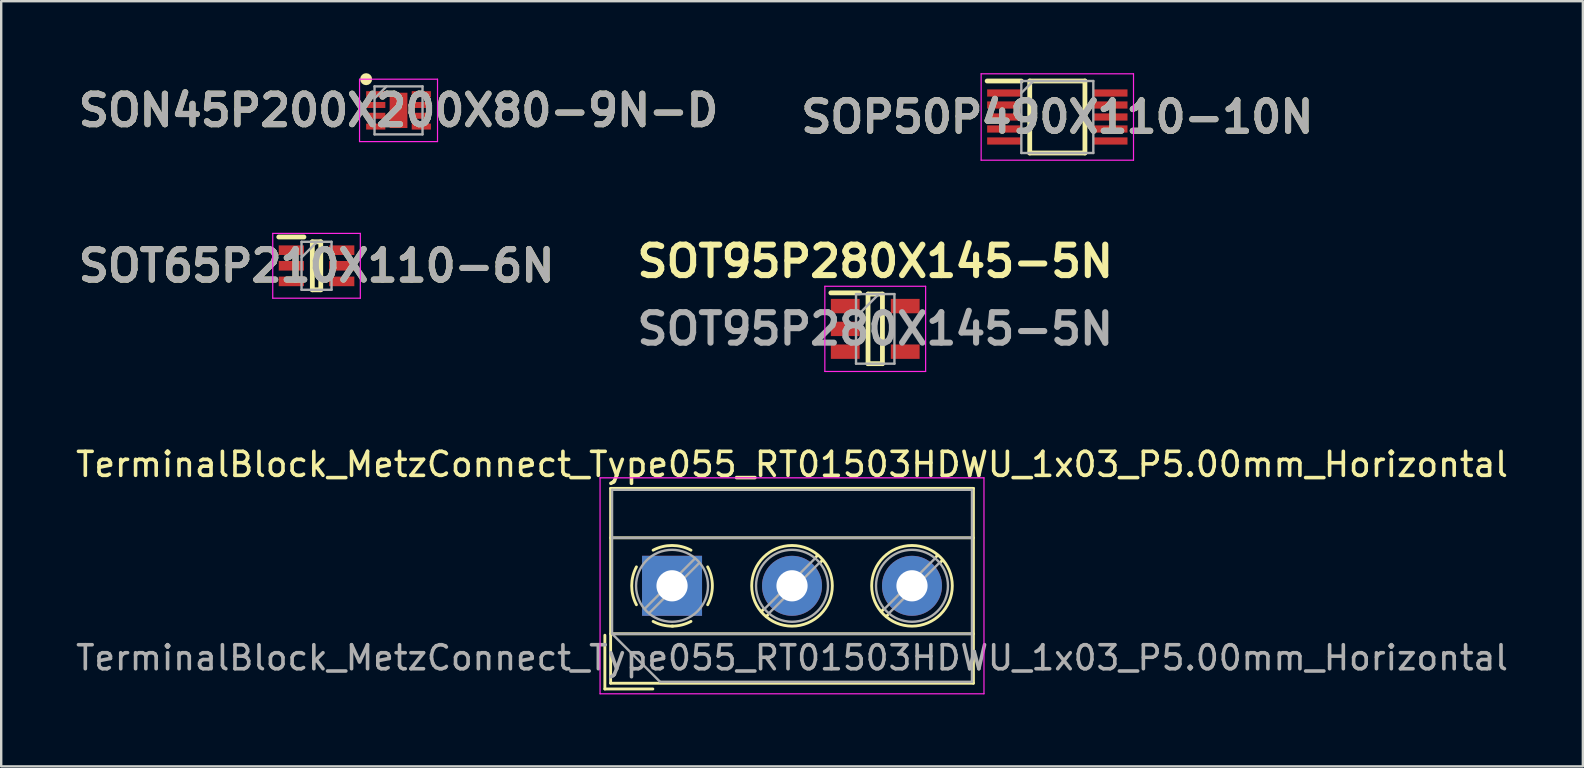
<source format=kicad_pcb>
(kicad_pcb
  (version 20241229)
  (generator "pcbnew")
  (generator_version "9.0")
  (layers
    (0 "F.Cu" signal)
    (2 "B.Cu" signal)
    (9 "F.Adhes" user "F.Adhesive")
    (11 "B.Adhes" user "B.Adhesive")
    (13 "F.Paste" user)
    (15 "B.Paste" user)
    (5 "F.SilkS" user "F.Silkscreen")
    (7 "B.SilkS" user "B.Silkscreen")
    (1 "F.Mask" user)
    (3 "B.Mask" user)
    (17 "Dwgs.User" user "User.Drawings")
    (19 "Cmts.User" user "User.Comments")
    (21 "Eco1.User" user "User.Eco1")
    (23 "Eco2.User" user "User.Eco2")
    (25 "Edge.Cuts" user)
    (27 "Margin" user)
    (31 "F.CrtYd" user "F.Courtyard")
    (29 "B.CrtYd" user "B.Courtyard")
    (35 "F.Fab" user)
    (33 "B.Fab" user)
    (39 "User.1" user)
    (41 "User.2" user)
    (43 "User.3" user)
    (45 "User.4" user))
  (footprint "SON45P200X200X80-9N-D"
    (layer "F.Cu")
    (at 13.559 1.55)
    (property "Reference" "SON45P200X200X80-9N-D" (at 0 0 0) (layer "F.SilkS") (effects (font (size 1.27 1.27) (thickness 0.254))))
    (attr smd)
    (fp_circle (center -1.35 -1.3) (end -1.35 -1.175) (stroke (width 0.25) (type solid)) (fill no) (layer "F.SilkS"))
    (fp_line (start -1.625 -1.3) (end 1.625 -1.3) (stroke (width 0.05) (type solid)) (layer "F.CrtYd"))
    (fp_line (start -1.625 1.3) (end -1.625 -1.3) (stroke (width 0.05) (type solid)) (layer "F.CrtYd"))
    (fp_line (start 1.625 -1.3) (end 1.625 1.3) (stroke (width 0.05) (type solid)) (layer "F.CrtYd"))
    (fp_line (start 1.625 1.3) (end -1.625 1.3) (stroke (width 0.05) (type solid)) (layer "F.CrtYd"))
    (fp_line (start -1 -1) (end 1 -1) (stroke (width 0.1) (type solid)) (layer "F.Fab"))
    (fp_line (start -1 -0.5) (end -0.5 -1) (stroke (width 0.1) (type solid)) (layer "F.Fab"))
    (fp_line (start -1 1) (end -1 -1) (stroke (width 0.1) (type solid)) (layer "F.Fab"))
    (fp_line (start 1 -1) (end 1 1) (stroke (width 0.1) (type solid)) (layer "F.Fab"))
    (fp_line (start 1 1) (end -1 1) (stroke (width 0.1) (type solid)) (layer "F.Fab"))
    (fp_text user "${REFERENCE}" (at 0 0 0) (layer "F.Fab") (effects (font (size 1.27 1.27) (thickness 0.254))))
    (pad "1" smd rect (at -0.95 -0.675 90) (size 0.25 0.8) (layers "F.Cu" "F.Mask" "F.Paste"))
    (pad "2" smd rect (at -0.95 -0.225 90) (size 0.25 0.8) (layers "F.Cu" "F.Mask" "F.Paste"))
    (pad "3" smd rect (at -0.95 0.225 90) (size 0.25 0.8) (layers "F.Cu" "F.Mask" "F.Paste"))
    (pad "4" smd rect (at -0.95 0.675 90) (size 0.25 0.8) (layers "F.Cu" "F.Mask" "F.Paste"))
    (pad "5" smd rect (at 0.95 0.675 90) (size 0.25 0.8) (layers "F.Cu" "F.Mask" "F.Paste"))
    (pad "6" smd rect (at 0.95 0.225 90) (size 0.25 0.8) (layers "F.Cu" "F.Mask" "F.Paste"))
    (pad "7" smd rect (at 0.95 -0.225 90) (size 0.25 0.8) (layers "F.Cu" "F.Mask" "F.Paste"))
    (pad "8" smd rect (at 0.95 -0.675 90) (size 0.25 0.8) (layers "F.Cu" "F.Mask" "F.Paste"))
    (pad "9" smd rect (at 0 0) (size 0.74 1.47) (layers "F.Cu" "F.Mask" "F.Paste")))
  (footprint "TerminalBlock_MetzConnect_Type055_RT01503HDWU_1x03_P5.00mm_Horizontal"
    (layer "F.Cu")
    (at 24.958 21.364)
    (property "Reference" "TerminalBlock_MetzConnect_Type055_RT01503HDWU_1x03_P5.00mm_Horizontal" (at 5 -5.06 180) (layer "F.SilkS") (effects (font (size 1 1) (thickness 0.15))))
    (attr through_hole)
    (fp_line (start -2.8 2.06) (end -2.8 4.3) (stroke (width 0.12) (type solid)) (layer "F.SilkS"))
    (fp_line (start -2.8 4.3) (end -0.8 4.3) (stroke (width 0.12) (type solid)) (layer "F.SilkS"))
    (fp_line (start -2.56 -4.06) (end -2.56 4.06) (stroke (width 0.12) (type solid)) (layer "F.SilkS"))
    (fp_line (start -2.56 -4.06) (end 12.56 -4.06) (stroke (width 0.12) (type solid)) (layer "F.SilkS"))
    (fp_line (start -2.56 -2) (end 12.56 -2) (stroke (width 0.12) (type solid)) (layer "F.SilkS"))
    (fp_line (start -2.56 2) (end 12.56 2) (stroke (width 0.12) (type solid)) (layer "F.SilkS"))
    (fp_line (start -2.56 4.06) (end 12.56 4.06) (stroke (width 0.12) (type solid)) (layer "F.SilkS"))
    (fp_line (start 3.82 0.976) (end 3.726 1.069) (stroke (width 0.12) (type solid)) (layer "F.SilkS"))
    (fp_line (start 3.99 1.216) (end 3.931 1.274) (stroke (width 0.12) (type solid)) (layer "F.SilkS"))
    (fp_line (start 6.07 -1.275) (end 6.011 -1.216) (stroke (width 0.12) (type solid)) (layer "F.SilkS"))
    (fp_line (start 6.275 -1.069) (end 6.181 -0.976) (stroke (width 0.12) (type solid)) (layer "F.SilkS"))
    (fp_line (start 8.82 0.976) (end 8.726 1.069) (stroke (width 0.12) (type solid)) (layer "F.SilkS"))
    (fp_line (start 8.99 1.216) (end 8.931 1.274) (stroke (width 0.12) (type solid)) (layer "F.SilkS"))
    (fp_line (start 11.07 -1.275) (end 11.011 -1.216) (stroke (width 0.12) (type solid)) (layer "F.SilkS"))
    (fp_line (start 11.275 -1.069) (end 11.181 -0.976) (stroke (width 0.12) (type solid)) (layer "F.SilkS"))
    (fp_line (start 12.56 -4.06) (end 12.56 4.06) (stroke (width 0.12) (type solid)) (layer "F.SilkS"))
    (fp_arc (start -1.483953 0.789089) (mid -1.680708 0.00005) (end -1.484 -0.789) (stroke (width 0.12) (type solid)) (layer "F.SilkS"))
    (fp_arc (start -0.789089 -1.483953) (mid -0.00005 -1.680708) (end 0.789 -1.484) (stroke (width 0.12) (type solid)) (layer "F.SilkS"))
    (fp_arc (start 0.029383 1.68045) (mid -0.392304 1.634281) (end -0.789 1.484) (stroke (width 0.12) (type solid)) (layer "F.SilkS"))
    (fp_arc (start 0.788712 1.483352) (mid 0.406429 1.630097) (end 0 1.68) (stroke (width 0.12) (type solid)) (layer "F.SilkS"))
    (fp_arc (start 1.483953 -0.789089) (mid 1.680708 -0.00005) (end 1.484 0.789) (stroke (width 0.12) (type solid)) (layer "F.SilkS"))
    (fp_circle (center 5 0) (end 6.68 0) (stroke (width 0.12) (type solid)) (fill no) (layer "F.SilkS"))
    (fp_circle (center 10 0) (end 11.68 0) (stroke (width 0.12) (type solid)) (fill no) (layer "F.SilkS"))
    (fp_line (start -3 -4.5) (end -3 4.5) (stroke (width 0.05) (type solid)) (layer "F.CrtYd"))
    (fp_line (start -3 4.5) (end 13 4.5) (stroke (width 0.05) (type solid)) (layer "F.CrtYd"))
    (fp_line (start 13 -4.5) (end -3 -4.5) (stroke (width 0.05) (type solid)) (layer "F.CrtYd"))
    (fp_line (start 13 4.5) (end 13 -4.5) (stroke (width 0.05) (type solid)) (layer "F.CrtYd"))
    (fp_line (start -2.5 -4) (end 12.5 -4) (stroke (width 0.1) (type solid)) (layer "F.Fab"))
    (fp_line (start -2.5 -2) (end 12.5 -2) (stroke (width 0.1) (type solid)) (layer "F.Fab"))
    (fp_line (start -2.5 2) (end -2.5 -4) (stroke (width 0.1) (type solid)) (layer "F.Fab"))
    (fp_line (start -2.5 2) (end 12.5 2) (stroke (width 0.1) (type solid)) (layer "F.Fab"))
    (fp_line (start -0.5 4) (end -2.5 2) (stroke (width 0.1) (type solid)) (layer "F.Fab"))
    (fp_line (start 0.955 -1.138) (end -1.138 0.955) (stroke (width 0.1) (type solid)) (layer "F.Fab"))
    (fp_line (start 1.138 -0.955) (end -0.955 1.138) (stroke (width 0.1) (type solid)) (layer "F.Fab"))
    (fp_line (start 5.955 -1.138) (end 3.863 0.955) (stroke (width 0.1) (type solid)) (layer "F.Fab"))
    (fp_line (start 6.138 -0.955) (end 4.046 1.138) (stroke (width 0.1) (type solid)) (layer "F.Fab"))
    (fp_line (start 10.955 -1.138) (end 8.863 0.955) (stroke (width 0.1) (type solid)) (layer "F.Fab"))
    (fp_line (start 11.138 -0.955) (end 9.046 1.138) (stroke (width 0.1) (type solid)) (layer "F.Fab"))
    (fp_line (start 12.5 -4) (end 12.5 4) (stroke (width 0.1) (type solid)) (layer "F.Fab"))
    (fp_line (start 12.5 4) (end -0.5 4) (stroke (width 0.1) (type solid)) (layer "F.Fab"))
    (fp_circle (center 0 0) (end 1.5 0) (stroke (width 0.1) (type solid)) (fill no) (layer "F.Fab"))
    (fp_circle (center 5 0) (end 6.5 0) (stroke (width 0.1) (type solid)) (fill no) (layer "F.Fab"))
    (fp_circle (center 10 0) (end 11.5 0) (stroke (width 0.1) (type solid)) (fill no) (layer "F.Fab"))
    (fp_text user "${REFERENCE}" (at 5 3 180) (layer "F.Fab") (effects (font (size 1 1) (thickness 0.15))))
    (pad "1" thru_hole rect (at 0 0) (size 2.5 2.5) (drill 1.3) (layers "*.Cu" "*.Mask"))
    (pad "2" thru_hole circle (at 5 0) (size 2.5 2.5) (drill 1.3) (layers "*.Cu" "*.Mask"))
    (pad "3" thru_hole circle (at 10 0) (size 2.5 2.5) (drill 1.3) (layers "*.Cu" "*.Mask")))
  (footprint "SOT65P210X110-6N"
    (layer "F.Cu")
    (at 10.142 8.027)
    (property "Reference" "SOT65P210X110-6N" (at 0 0 0) (layer "F.SilkS") (effects (font (size 1.27 1.27) (thickness 0.254))))
    (attr smd)
    (fp_line (start -1.575 -1.2) (end -0.525 -1.2) (stroke (width 0.2) (type solid)) (layer "F.SilkS"))
    (fp_line (start -0.175 -1) (end 0.175 -1) (stroke (width 0.2) (type solid)) (layer "F.SilkS"))
    (fp_line (start -0.175 1) (end -0.175 -1) (stroke (width 0.2) (type solid)) (layer "F.SilkS"))
    (fp_line (start 0.175 -1) (end 0.175 1) (stroke (width 0.2) (type solid)) (layer "F.SilkS"))
    (fp_line (start 0.175 1) (end -0.175 1) (stroke (width 0.2) (type solid)) (layer "F.SilkS"))
    (fp_line (start -1.825 -1.35) (end 1.825 -1.35) (stroke (width 0.05) (type solid)) (layer "F.CrtYd"))
    (fp_line (start -1.825 1.35) (end -1.825 -1.35) (stroke (width 0.05) (type solid)) (layer "F.CrtYd"))
    (fp_line (start 1.825 -1.35) (end 1.825 1.35) (stroke (width 0.05) (type solid)) (layer "F.CrtYd"))
    (fp_line (start 1.825 1.35) (end -1.825 1.35) (stroke (width 0.05) (type solid)) (layer "F.CrtYd"))
    (fp_line (start -0.625 -1) (end 0.625 -1) (stroke (width 0.1) (type solid)) (layer "F.Fab"))
    (fp_line (start -0.625 -0.35) (end 0.025 -1) (stroke (width 0.1) (type solid)) (layer "F.Fab"))
    (fp_line (start -0.625 1) (end -0.625 -1) (stroke (width 0.1) (type solid)) (layer "F.Fab"))
    (fp_line (start 0.625 -1) (end 0.625 1) (stroke (width 0.1) (type solid)) (layer "F.Fab"))
    (fp_line (start 0.625 1) (end -0.625 1) (stroke (width 0.1) (type solid)) (layer "F.Fab"))
    (fp_text user "${REFERENCE}" (at 0 0 0) (layer "F.Fab") (effects (font (size 1.27 1.27) (thickness 0.254))))
    (pad "1" smd rect (at -1.05 -0.65 90) (size 0.4 1.05) (layers "F.Cu" "F.Mask" "F.Paste"))
    (pad "2" smd rect (at -1.05 0 90) (size 0.4 1.05) (layers "F.Cu" "F.Mask" "F.Paste"))
    (pad "3" smd rect (at -1.05 0.65 90) (size 0.4 1.05) (layers "F.Cu" "F.Mask" "F.Paste"))
    (pad "4" smd rect (at 1.05 0.65 90) (size 0.4 1.05) (layers "F.Cu" "F.Mask" "F.Paste"))
    (pad "5" smd rect (at 1.05 0 90) (size 0.4 1.05) (layers "F.Cu" "F.Mask" "F.Paste"))
    (pad "6" smd rect (at 1.05 -0.65 90) (size 0.4 1.05) (layers "F.Cu" "F.Mask" "F.Paste")))
  (footprint "SOT95P280X145-5N"
    (layer "F.Cu")
    (at 33.426 10.656)
    (property "Reference" "SOT95P280X145-5N" (at 0 -2.815 0) (layer "F.SilkS") (effects (font (size 1.27 1.27) (thickness 0.254))))
    (attr smd)
    (fp_line (start -1.85 -1.5) (end -0.65 -1.5) (stroke (width 0.2) (type solid)) (layer "F.SilkS"))
    (fp_line (start -0.3 -1.45) (end 0.3 -1.45) (stroke (width 0.2) (type solid)) (layer "F.SilkS"))
    (fp_line (start -0.3 1.45) (end -0.3 -1.45) (stroke (width 0.2) (type solid)) (layer "F.SilkS"))
    (fp_line (start 0.3 -1.45) (end 0.3 1.45) (stroke (width 0.2) (type solid)) (layer "F.SilkS"))
    (fp_line (start 0.3 1.45) (end -0.3 1.45) (stroke (width 0.2) (type solid)) (layer "F.SilkS"))
    (fp_line (start -2.1 -1.775) (end 2.1 -1.775) (stroke (width 0.05) (type solid)) (layer "F.CrtYd"))
    (fp_line (start -2.1 1.775) (end -2.1 -1.775) (stroke (width 0.05) (type solid)) (layer "F.CrtYd"))
    (fp_line (start 2.1 -1.775) (end 2.1 1.775) (stroke (width 0.05) (type solid)) (layer "F.CrtYd"))
    (fp_line (start 2.1 1.775) (end -2.1 1.775) (stroke (width 0.05) (type solid)) (layer "F.CrtYd"))
    (fp_line (start -0.8 -1.45) (end 0.8 -1.45) (stroke (width 0.1) (type solid)) (layer "F.Fab"))
    (fp_line (start -0.8 -0.5) (end 0.15 -1.45) (stroke (width 0.1) (type solid)) (layer "F.Fab"))
    (fp_line (start -0.8 1.45) (end -0.8 -1.45) (stroke (width 0.1) (type solid)) (layer "F.Fab"))
    (fp_line (start 0.8 -1.45) (end 0.8 1.45) (stroke (width 0.1) (type solid)) (layer "F.Fab"))
    (fp_line (start 0.8 1.45) (end -0.8 1.45) (stroke (width 0.1) (type solid)) (layer "F.Fab"))
    (fp_text user "${REFERENCE}" (at 0 0 0) (layer "F.Fab") (effects (font (size 1.27 1.27) (thickness 0.254))))
    (pad "1" smd rect (at -1.25 -0.95 90) (size 0.6 1.2) (layers "F.Cu" "F.Mask" "F.Paste"))
    (pad "2" smd rect (at -1.25 0 90) (size 0.6 1.2) (layers "F.Cu" "F.Mask" "F.Paste"))
    (pad "3" smd rect (at -1.25 0.95 90) (size 0.6 1.2) (layers "F.Cu" "F.Mask" "F.Paste"))
    (pad "4" smd rect (at 1.25 0.95 90) (size 0.6 1.2) (layers "F.Cu" "F.Mask" "F.Paste"))
    (pad "5" smd rect (at 1.25 -0.95 90) (size 0.6 1.2) (layers "F.Cu" "F.Mask" "F.Paste")))
  (footprint "SOP50P490X110-10N"
    (layer "F.Cu")
    (at 41.015 1.826)
    (property "Reference" "SOP50P490X110-10N" (at 0 0 0) (layer "F.SilkS") (effects (font (size 1.27 1.27) (thickness 0.254))))
    (attr smd)
    (fp_line (start -2.925 -1.5) (end -1.5 -1.5) (stroke (width 0.2) (type solid)) (layer "F.SilkS"))
    (fp_line (start -1.15 -1.5) (end 1.15 -1.5) (stroke (width 0.2) (type solid)) (layer "F.SilkS"))
    (fp_line (start -1.15 1.5) (end -1.15 -1.5) (stroke (width 0.2) (type solid)) (layer "F.SilkS"))
    (fp_line (start 1.15 -1.5) (end 1.15 1.5) (stroke (width 0.2) (type solid)) (layer "F.SilkS"))
    (fp_line (start 1.15 1.5) (end -1.15 1.5) (stroke (width 0.2) (type solid)) (layer "F.SilkS"))
    (fp_line (start -3.175 -1.801) (end 3.175 -1.801) (stroke (width 0.05) (type solid)) (layer "F.CrtYd"))
    (fp_line (start -3.175 1.801) (end -3.175 -1.801) (stroke (width 0.05) (type solid)) (layer "F.CrtYd"))
    (fp_line (start 3.175 -1.801) (end 3.175 1.801) (stroke (width 0.05) (type solid)) (layer "F.CrtYd"))
    (fp_line (start 3.175 1.801) (end -3.175 1.801) (stroke (width 0.05) (type solid)) (layer "F.CrtYd"))
    (fp_line (start -1.5 -1.5) (end 1.5 -1.5) (stroke (width 0.1) (type solid)) (layer "F.Fab"))
    (fp_line (start -1.5 -1) (end -1 -1.5) (stroke (width 0.1) (type solid)) (layer "F.Fab"))
    (fp_line (start -1.5 1.5) (end -1.5 -1.5) (stroke (width 0.1) (type solid)) (layer "F.Fab"))
    (fp_line (start 1.5 -1.5) (end 1.5 1.5) (stroke (width 0.1) (type solid)) (layer "F.Fab"))
    (fp_line (start 1.5 1.5) (end -1.5 1.5) (stroke (width 0.1) (type solid)) (layer "F.Fab"))
    (fp_text user "${REFERENCE}" (at 0 0 0) (layer "F.Fab") (effects (font (size 1.27 1.27) (thickness 0.254))))
    (pad "1" smd rect (at -2.212 -1 90) (size 0.3 1.425) (layers "F.Cu" "F.Mask" "F.Paste"))
    (pad "2" smd rect (at -2.212 -0.5 90) (size 0.3 1.425) (layers "F.Cu" "F.Mask" "F.Paste"))
    (pad "3" smd rect (at -2.212 0 90) (size 0.3 1.425) (layers "F.Cu" "F.Mask" "F.Paste"))
    (pad "4" smd rect (at -2.212 0.5 90) (size 0.3 1.425) (layers "F.Cu" "F.Mask" "F.Paste"))
    (pad "5" smd rect (at -2.212 1 90) (size 0.3 1.425) (layers "F.Cu" "F.Mask" "F.Paste"))
    (pad "6" smd rect (at 2.212 1 90) (size 0.3 1.425) (layers "F.Cu" "F.Mask" "F.Paste"))
    (pad "7" smd rect (at 2.212 0.5 90) (size 0.3 1.425) (layers "F.Cu" "F.Mask" "F.Paste"))
    (pad "8" smd rect (at 2.212 0 90) (size 0.3 1.425) (layers "F.Cu" "F.Mask" "F.Paste"))
    (pad "9" smd rect (at 2.212 -0.5 90) (size 0.3 1.425) (layers "F.Cu" "F.Mask" "F.Paste"))
    (pad "10" smd rect (at 2.212 -1 90) (size 0.3 1.425) (layers "F.Cu" "F.Mask" "F.Paste")))
  (gr_rect
    (start -3 -3)
    (end 62.917 28.889)
    (stroke (width 0.1) (type default))
    (fill no)
    (layer "Edge.Cuts")))
</source>
